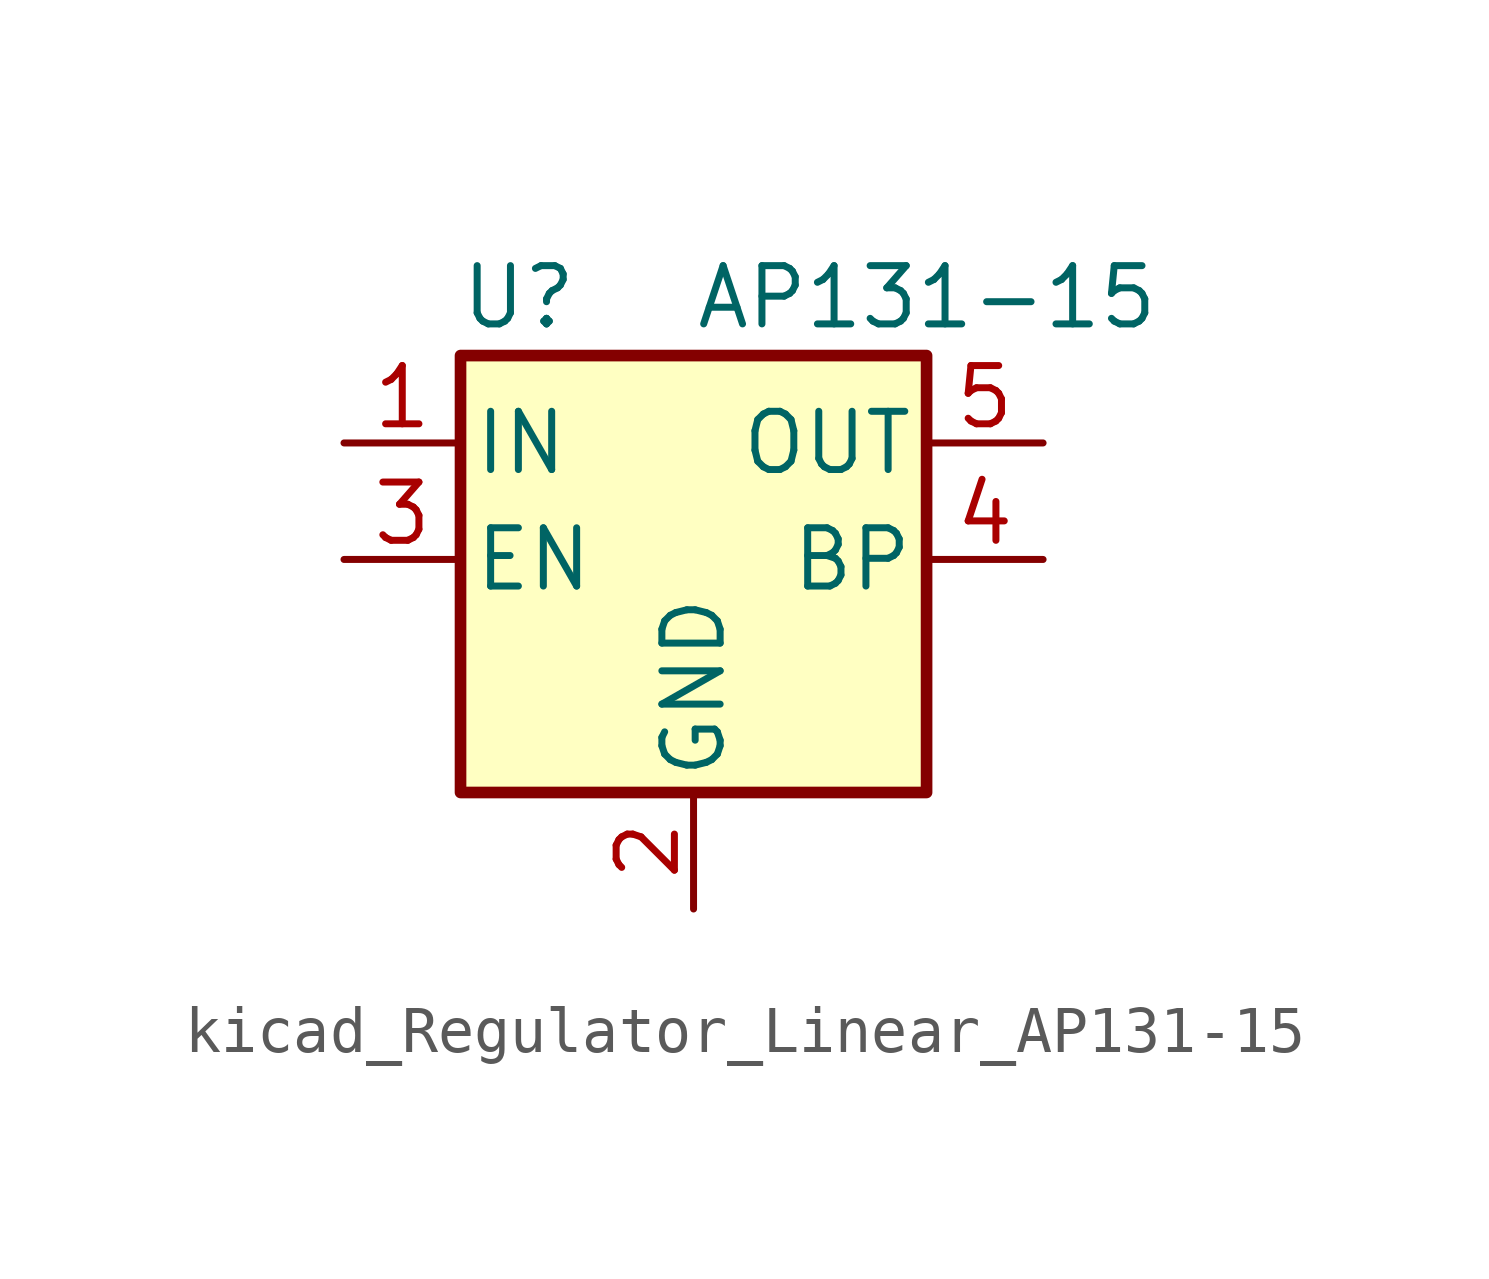
<source format=kicad_sym>
(kicad_symbol_lib
  (version 20220914)
  (generator kicad_symbol_editor)
  (symbol "kicad_Regulator_Linear_AP131-15"
    (pin_names
      (offset 0.254))
    (property "Reference" "U"
      (at -3.81 5.715 0)
      (effects (font (size 1.27 1.27))))
    (property "Value" "AP131-15"
      (at 0 5.715 0)
      (effects (font (size 1.27 1.27)) (justify left)))
    (symbol "kicad_Regulator_Linear_AP131-15_0_1"
      (rectangle (start -5.08 4.445) (end 5.08 -5.08) (stroke (width 0.254) (type default)) (fill (type background))))
    (symbol "kicad_Regulator_Linear_AP131-15_1_1"
      (pin power_in line (at -7.62 2.54 0) (length 2.54) (name "IN" (effects (font (size 1.27 1.27)))) (number "1" (effects (font (size 1.27 1.27)))))
      (pin power_in line (at 0 -7.62 90) (length 2.54) (name "GND" (effects (font (size 1.27 1.27)))) (number "2" (effects (font (size 1.27 1.27)))))
      (pin input line (at -7.62 0 0) (length 2.54) (name "EN" (effects (font (size 1.27 1.27)))) (number "3" (effects (font (size 1.27 1.27)))))
      (pin input line (at 7.62 0 180) (length 2.54) (name "BP" (effects (font (size 1.27 1.27)))) (number "4" (effects (font (size 1.27 1.27)))))
      (pin power_out line (at 7.62 2.54 180) (length 2.54) (name "OUT" (effects (font (size 1.27 1.27)))) (number "5" (effects (font (size 1.27 1.27))))))))
</source>
